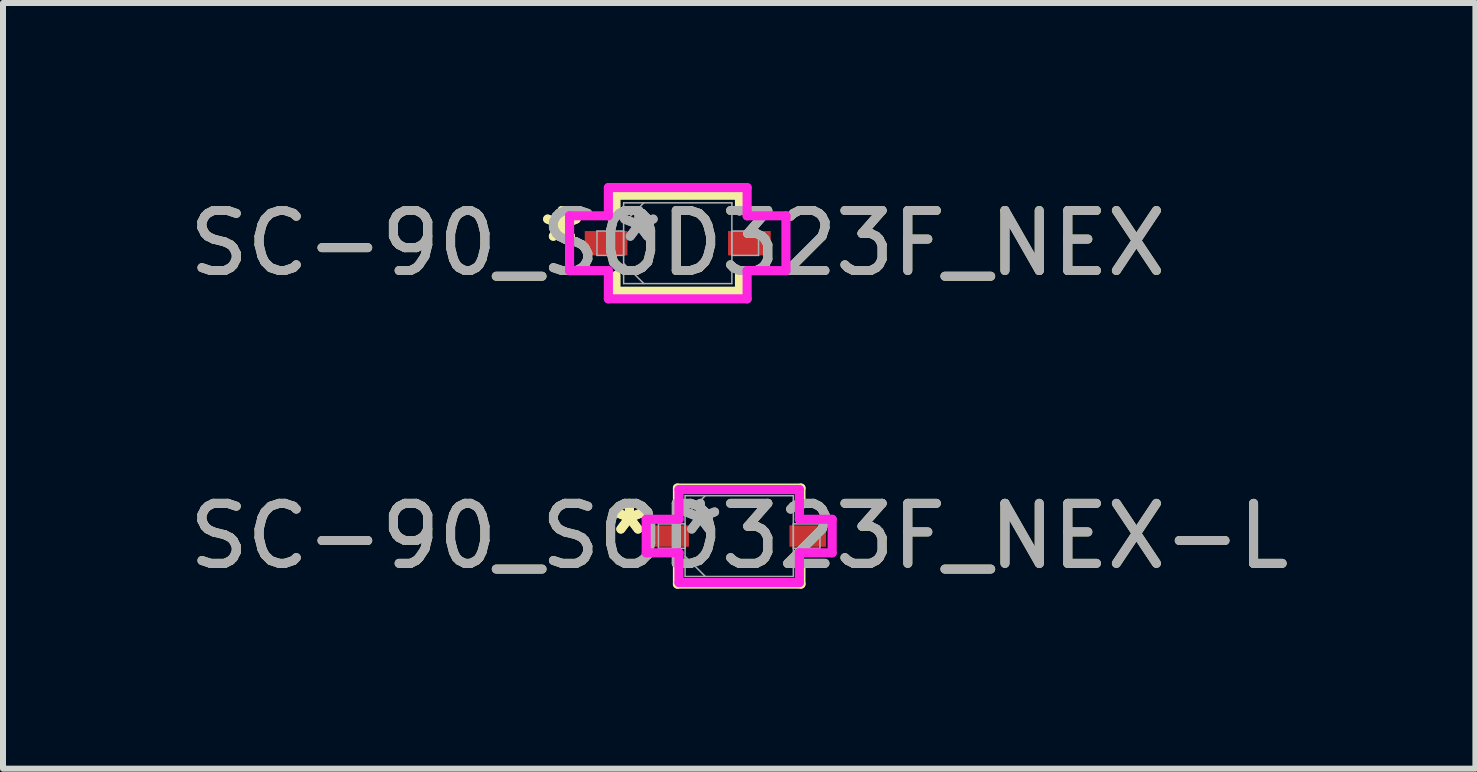
<source format=kicad_pcb>
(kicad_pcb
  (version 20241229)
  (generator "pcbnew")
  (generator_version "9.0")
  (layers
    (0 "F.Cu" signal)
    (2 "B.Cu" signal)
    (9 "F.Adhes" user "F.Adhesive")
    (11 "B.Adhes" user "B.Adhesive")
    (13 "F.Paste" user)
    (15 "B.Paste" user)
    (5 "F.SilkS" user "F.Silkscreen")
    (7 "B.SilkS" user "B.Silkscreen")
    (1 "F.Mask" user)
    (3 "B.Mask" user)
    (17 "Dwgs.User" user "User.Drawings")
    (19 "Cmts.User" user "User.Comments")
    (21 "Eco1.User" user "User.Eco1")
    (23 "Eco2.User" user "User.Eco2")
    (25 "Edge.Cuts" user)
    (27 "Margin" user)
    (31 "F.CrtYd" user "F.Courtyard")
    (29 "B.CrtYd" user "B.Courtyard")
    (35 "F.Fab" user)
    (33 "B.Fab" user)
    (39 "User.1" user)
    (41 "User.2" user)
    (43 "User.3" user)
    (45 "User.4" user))
  (footprint "SC-90_SOD323F_NEX-L"
    (layer "F.Cu")
    (at 9.268 5.883)
    (property "Reference" "SC-90_SOD323F_NEX-L" (at 0 0 0) (unlocked yes) (layer "F.SilkS") (effects (font (size 1 1) (thickness 0.15))))
    (attr smd)
    (fp_line (start -1.029 -0.8) (end -1.029 -0.511) (stroke (width 0.152) (type solid)) (layer "F.SilkS"))
    (fp_line (start -1.029 0.511) (end -1.029 0.8) (stroke (width 0.152) (type solid)) (layer "F.SilkS"))
    (fp_line (start -1.029 0.8) (end 1.029 0.8) (stroke (width 0.152) (type solid)) (layer "F.SilkS"))
    (fp_line (start 1.029 -0.8) (end -1.029 -0.8) (stroke (width 0.152) (type solid)) (layer "F.SilkS"))
    (fp_line (start 1.029 -0.511) (end 1.029 -0.8) (stroke (width 0.152) (type solid)) (layer "F.SilkS"))
    (fp_line (start 1.029 0.8) (end 1.029 0.511) (stroke (width 0.152) (type solid)) (layer "F.SilkS"))
    (fp_line (start -1.549 -0.279) (end -1.003 -0.279) (stroke (width 0.152) (type solid)) (layer "F.CrtYd"))
    (fp_line (start -1.549 0.279) (end -1.549 -0.279) (stroke (width 0.152) (type solid)) (layer "F.CrtYd"))
    (fp_line (start -1.003 -0.775) (end 1.003 -0.775) (stroke (width 0.152) (type solid)) (layer "F.CrtYd"))
    (fp_line (start -1.003 -0.279) (end -1.003 -0.775) (stroke (width 0.152) (type solid)) (layer "F.CrtYd"))
    (fp_line (start -1.003 0.279) (end -1.549 0.279) (stroke (width 0.152) (type solid)) (layer "F.CrtYd"))
    (fp_line (start -1.003 0.775) (end -1.003 0.279) (stroke (width 0.152) (type solid)) (layer "F.CrtYd"))
    (fp_line (start 1.003 -0.775) (end 1.003 -0.279) (stroke (width 0.152) (type solid)) (layer "F.CrtYd"))
    (fp_line (start 1.003 -0.279) (end 1.549 -0.279) (stroke (width 0.152) (type solid)) (layer "F.CrtYd"))
    (fp_line (start 1.003 0.279) (end 1.003 0.775) (stroke (width 0.152) (type solid)) (layer "F.CrtYd"))
    (fp_line (start 1.003 0.775) (end -1.003 0.775) (stroke (width 0.152) (type solid)) (layer "F.CrtYd"))
    (fp_line (start 1.549 -0.279) (end 1.549 0.279) (stroke (width 0.152) (type solid)) (layer "F.CrtYd"))
    (fp_line (start 1.549 0.279) (end 1.003 0.279) (stroke (width 0.152) (type solid)) (layer "F.CrtYd"))
    (fp_line (start -1.346 -0.203) (end -1.346 0.203) (stroke (width 0.025) (type solid)) (layer "F.Fab"))
    (fp_line (start -1.346 0.203) (end -0.902 0.203) (stroke (width 0.025) (type solid)) (layer "F.Fab"))
    (fp_line (start -0.902 -0.673) (end -0.902 0.673) (stroke (width 0.025) (type solid)) (layer "F.Fab"))
    (fp_line (start -0.902 -0.337) (end -0.565 -0.673) (stroke (width 0.025) (type solid)) (layer "F.Fab"))
    (fp_line (start -0.902 -0.203) (end -1.346 -0.203) (stroke (width 0.025) (type solid)) (layer "F.Fab"))
    (fp_line (start -0.902 0.203) (end -0.902 -0.203) (stroke (width 0.025) (type solid)) (layer "F.Fab"))
    (fp_line (start -0.902 0.337) (end -0.565 0.673) (stroke (width 0.025) (type solid)) (layer "F.Fab"))
    (fp_line (start -0.902 0.673) (end 0.902 0.673) (stroke (width 0.025) (type solid)) (layer "F.Fab"))
    (fp_line (start 0.902 -0.673) (end -0.902 -0.673) (stroke (width 0.025) (type solid)) (layer "F.Fab"))
    (fp_line (start 0.902 -0.203) (end 0.902 0.203) (stroke (width 0.025) (type solid)) (layer "F.Fab"))
    (fp_line (start 0.902 0.203) (end 1.346 0.203) (stroke (width 0.025) (type solid)) (layer "F.Fab"))
    (fp_line (start 0.902 0.673) (end 0.902 -0.673) (stroke (width 0.025) (type solid)) (layer "F.Fab"))
    (fp_line (start 1.346 -0.203) (end 0.902 -0.203) (stroke (width 0.025) (type solid)) (layer "F.Fab"))
    (fp_line (start 1.346 0.203) (end 1.346 -0.203) (stroke (width 0.025) (type solid)) (layer "F.Fab"))
    (fp_text user "*" (at -1.829 0 0) (layer "F.SilkS") (effects (font (size 1 1) (thickness 0.15))))
    (fp_text user "*" (at -1.829 0 0) (unlocked yes) (layer "F.SilkS") (effects (font (size 1 1) (thickness 0.15))))
    (fp_text user "*" (at -0.648 0 0) (unlocked yes) (layer "F.Fab") (effects (font (size 1 1) (thickness 0.15))))
    (fp_text user "${REFERENCE}" (at 0 0 0) (unlocked yes) (layer "F.Fab") (effects (font (size 1 1) (thickness 0.15))))
    (fp_text user "*" (at -0.648 0 0) (layer "F.Fab") (effects (font (size 1 1) (thickness 0.15))))
    (pad "1" smd rect (at -1.143 0) (size 0.61 0.356) (layers "F.Cu" "F.Mask" "F.Paste"))
    (pad "2" smd rect (at 1.143 0) (size 0.61 0.356) (layers "F.Cu" "F.Mask" "F.Paste"))
    (zone (net_name "") (layer "F.Cu") (hatch full 0.508) (connect_pads) (min_thickness 0.254) (filled_areas_thickness no) (keepout (tracks not_allowed) (vias not_allowed) (pads allowed) (copperpour not_allowed) (footprints allowed)) (placement (enabled no)) (fill) (polygon (pts (xy 8.48 5.261) (xy 10.055 5.261) (xy 10.055 6.505) (xy 8.48 6.505)))))
  (footprint "SC-90_SOD323F_NEX"
    (layer "F.Cu")
    (at 8.244 1.003)
    (property "Reference" "SC-90_SOD323F_NEX" (at 0 0 0) (unlocked yes) (layer "F.SilkS") (effects (font (size 1 1) (thickness 0.15))))
    (attr smd)
    (fp_line (start -1.029 -0.8) (end -1.029 -0.536) (stroke (width 0.152) (type solid)) (layer "F.SilkS"))
    (fp_line (start -1.029 0.536) (end -1.029 0.8) (stroke (width 0.152) (type solid)) (layer "F.SilkS"))
    (fp_line (start -1.029 0.8) (end 1.029 0.8) (stroke (width 0.152) (type solid)) (layer "F.SilkS"))
    (fp_line (start 1.029 -0.8) (end -1.029 -0.8) (stroke (width 0.152) (type solid)) (layer "F.SilkS"))
    (fp_line (start 1.029 -0.536) (end 1.029 -0.8) (stroke (width 0.152) (type solid)) (layer "F.SilkS"))
    (fp_line (start 1.029 0.8) (end 1.029 0.536) (stroke (width 0.152) (type solid)) (layer "F.SilkS"))
    (fp_line (start -1.803 -0.457) (end -1.156 -0.457) (stroke (width 0.152) (type solid)) (layer "F.CrtYd"))
    (fp_line (start -1.803 0.457) (end -1.803 -0.457) (stroke (width 0.152) (type solid)) (layer "F.CrtYd"))
    (fp_line (start -1.156 -0.927) (end 1.156 -0.927) (stroke (width 0.152) (type solid)) (layer "F.CrtYd"))
    (fp_line (start -1.156 -0.457) (end -1.156 -0.927) (stroke (width 0.152) (type solid)) (layer "F.CrtYd"))
    (fp_line (start -1.156 0.457) (end -1.803 0.457) (stroke (width 0.152) (type solid)) (layer "F.CrtYd"))
    (fp_line (start -1.156 0.927) (end -1.156 0.457) (stroke (width 0.152) (type solid)) (layer "F.CrtYd"))
    (fp_line (start 1.156 -0.927) (end 1.156 -0.457) (stroke (width 0.152) (type solid)) (layer "F.CrtYd"))
    (fp_line (start 1.156 -0.457) (end 1.803 -0.457) (stroke (width 0.152) (type solid)) (layer "F.CrtYd"))
    (fp_line (start 1.156 0.457) (end 1.156 0.927) (stroke (width 0.152) (type solid)) (layer "F.CrtYd"))
    (fp_line (start 1.156 0.927) (end -1.156 0.927) (stroke (width 0.152) (type solid)) (layer "F.CrtYd"))
    (fp_line (start 1.803 -0.457) (end 1.803 0.457) (stroke (width 0.152) (type solid)) (layer "F.CrtYd"))
    (fp_line (start 1.803 0.457) (end 1.156 0.457) (stroke (width 0.152) (type solid)) (layer "F.CrtYd"))
    (fp_line (start -1.346 -0.203) (end -1.346 0.203) (stroke (width 0.025) (type solid)) (layer "F.Fab"))
    (fp_line (start -1.346 0.203) (end -0.902 0.203) (stroke (width 0.025) (type solid)) (layer "F.Fab"))
    (fp_line (start -0.902 -0.673) (end -0.902 0.673) (stroke (width 0.025) (type solid)) (layer "F.Fab"))
    (fp_line (start -0.902 -0.337) (end -0.565 -0.673) (stroke (width 0.025) (type solid)) (layer "F.Fab"))
    (fp_line (start -0.902 -0.203) (end -1.346 -0.203) (stroke (width 0.025) (type solid)) (layer "F.Fab"))
    (fp_line (start -0.902 0.203) (end -0.902 -0.203) (stroke (width 0.025) (type solid)) (layer "F.Fab"))
    (fp_line (start -0.902 0.337) (end -0.565 0.673) (stroke (width 0.025) (type solid)) (layer "F.Fab"))
    (fp_line (start -0.902 0.673) (end 0.902 0.673) (stroke (width 0.025) (type solid)) (layer "F.Fab"))
    (fp_line (start 0.902 -0.673) (end -0.902 -0.673) (stroke (width 0.025) (type solid)) (layer "F.Fab"))
    (fp_line (start 0.902 -0.203) (end 0.902 0.203) (stroke (width 0.025) (type solid)) (layer "F.Fab"))
    (fp_line (start 0.902 0.203) (end 1.346 0.203) (stroke (width 0.025) (type solid)) (layer "F.Fab"))
    (fp_line (start 0.902 0.673) (end 0.902 -0.673) (stroke (width 0.025) (type solid)) (layer "F.Fab"))
    (fp_line (start 1.346 -0.203) (end 0.902 -0.203) (stroke (width 0.025) (type solid)) (layer "F.Fab"))
    (fp_line (start 1.346 0.203) (end 1.346 -0.203) (stroke (width 0.025) (type solid)) (layer "F.Fab"))
    (fp_text user "*" (at -1.93 0 0) (unlocked yes) (layer "F.SilkS") (effects (font (size 1 1) (thickness 0.15))))
    (fp_text user "*" (at -1.93 0 0) (layer "F.SilkS") (effects (font (size 1 1) (thickness 0.15))))
    (fp_text user "*" (at -0.648 0 0) (unlocked yes) (layer "F.Fab") (effects (font (size 1 1) (thickness 0.15))))
    (fp_text user "*" (at -0.648 0 0) (layer "F.Fab") (effects (font (size 1 1) (thickness 0.15))))
    (fp_text user "${REFERENCE}" (at 0 0 0) (unlocked yes) (layer "F.Fab") (effects (font (size 1 1) (thickness 0.15))))
    (pad "1" smd rect (at -1.194 0) (size 0.711 0.406) (layers "F.Cu" "F.Mask" "F.Paste"))
    (pad "2" smd rect (at 1.194 0) (size 0.711 0.406) (layers "F.Cu" "F.Mask" "F.Paste"))
    (zone (net_name "") (layer "F.Cu") (hatch full 0.508) (connect_pads) (min_thickness 0.254) (filled_areas_thickness no) (keepout (tracks not_allowed) (vias not_allowed) (pads allowed) (copperpour not_allowed) (footprints allowed)) (placement (enabled no)) (fill) (polygon (pts (xy 7.457 0.381) (xy 9.031 0.381) (xy 9.031 1.626) (xy 7.457 1.626)))))
  (gr_rect
    (start -3 -3)
    (end 21.536 9.759)
    (stroke (width 0.1) (type default))
    (fill no)
    (layer "Edge.Cuts")))
</source>
